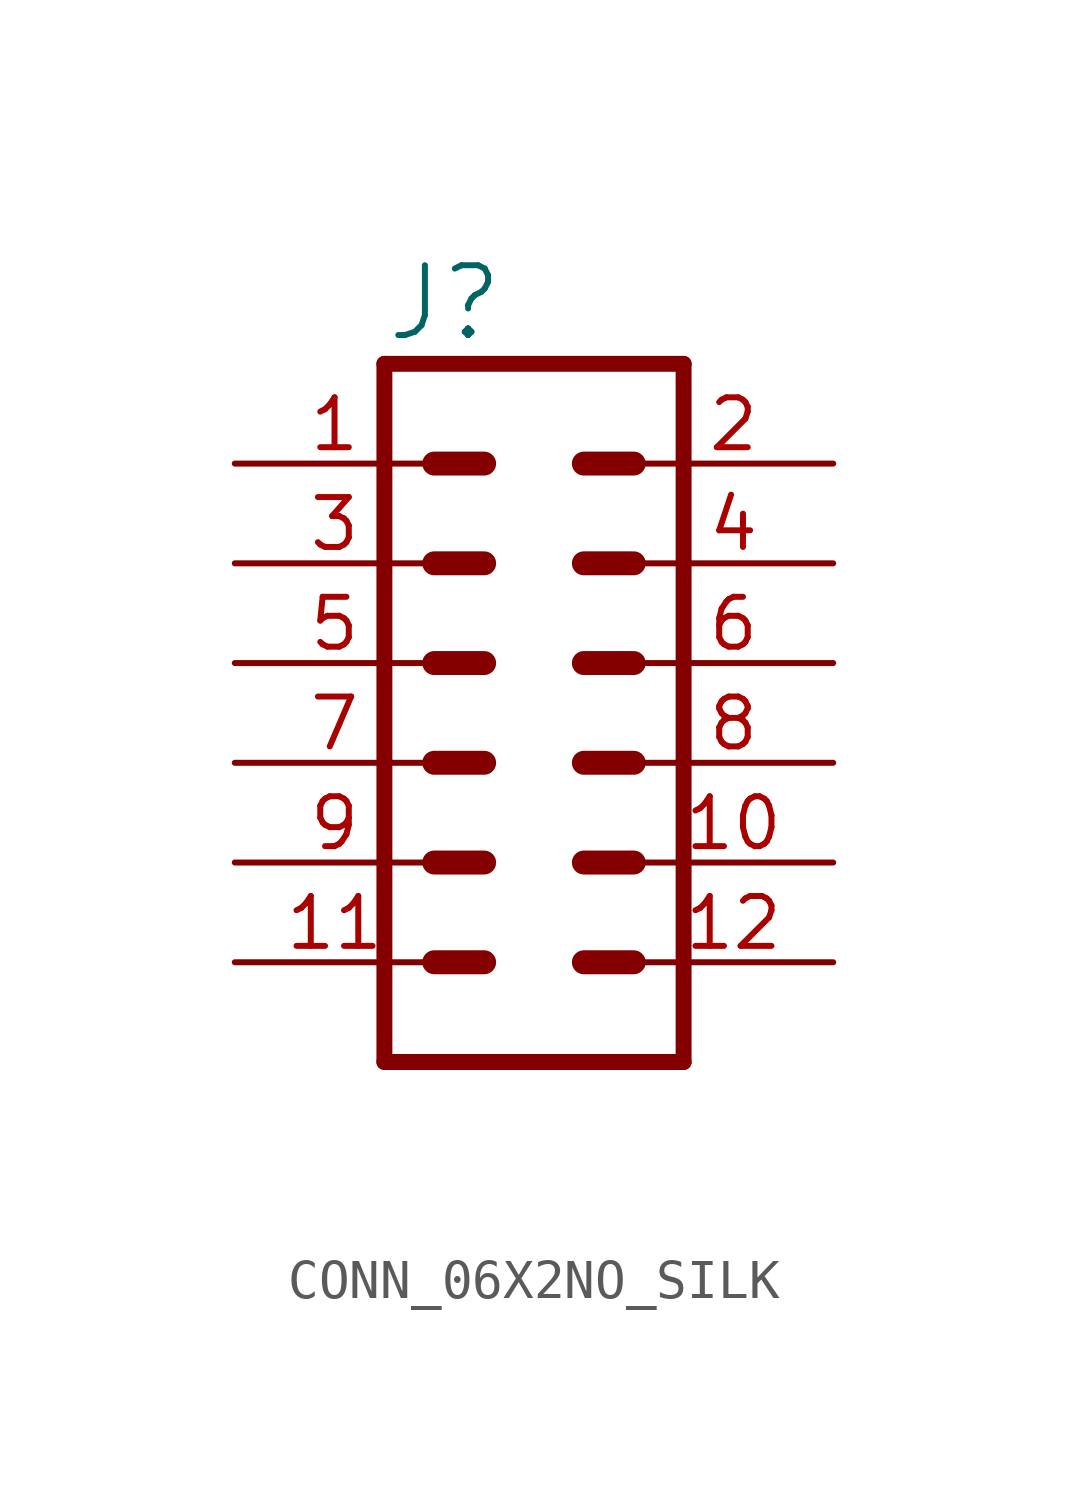
<source format=kicad_sym>
(kicad_symbol_lib
  (version 20231120)
  (generator "kicad_symbol_editor")
  (generator_version "8.0")
  (symbol "CONN_06X2NO_SILK"
    (property "Reference" "J"
      (at -1.27 15.748 0)
      (effects (font (size 1.778 1.778)) (justify left bottom)))
    (property "Value" ""
      (at -1.27 -4.826 0)
      (effects (font (size 1.778 1.778)) (justify left bottom)))
    (property "ki_locked" ""
      (at 0 0 0)
      (effects (font (size 1.27 1.27))))
    (symbol "CONN_06X2NO_SILK_1_0"
      (polyline (pts (xy -1.27 15.24) (xy -1.27 -2.54)) (stroke (width 0.406) (type solid)) (fill (type none)))
      (polyline (pts (xy -1.27 15.24) (xy 6.35 15.24)) (stroke (width 0.406) (type solid)) (fill (type none)))
      (polyline (pts (xy 1.27 0) (xy 0 0)) (stroke (width 0.61) (type solid)) (fill (type none)))
      (polyline (pts (xy 1.27 2.54) (xy 0 2.54)) (stroke (width 0.61) (type solid)) (fill (type none)))
      (polyline (pts (xy 1.27 5.08) (xy 0 5.08)) (stroke (width 0.61) (type solid)) (fill (type none)))
      (polyline (pts (xy 1.27 7.62) (xy 0 7.62)) (stroke (width 0.61) (type solid)) (fill (type none)))
      (polyline (pts (xy 1.27 10.16) (xy 0 10.16)) (stroke (width 0.61) (type solid)) (fill (type none)))
      (polyline (pts (xy 1.27 12.7) (xy 0 12.7)) (stroke (width 0.61) (type solid)) (fill (type none)))
      (polyline (pts (xy 3.81 0) (xy 5.08 0)) (stroke (width 0.61) (type solid)) (fill (type none)))
      (polyline (pts (xy 3.81 2.54) (xy 5.08 2.54)) (stroke (width 0.61) (type solid)) (fill (type none)))
      (polyline (pts (xy 3.81 5.08) (xy 5.08 5.08)) (stroke (width 0.61) (type solid)) (fill (type none)))
      (polyline (pts (xy 3.81 7.62) (xy 5.08 7.62)) (stroke (width 0.61) (type solid)) (fill (type none)))
      (polyline (pts (xy 3.81 10.16) (xy 5.08 10.16)) (stroke (width 0.61) (type solid)) (fill (type none)))
      (polyline (pts (xy 3.81 12.7) (xy 5.08 12.7)) (stroke (width 0.61) (type solid)) (fill (type none)))
      (polyline (pts (xy 6.35 -2.54) (xy -1.27 -2.54)) (stroke (width 0.406) (type solid)) (fill (type none)))
      (polyline (pts (xy 6.35 -2.54) (xy 6.35 15.24)) (stroke (width 0.406) (type solid)) (fill (type none)))
      (pin passive line (at -5.08 12.7 0) (length 5.08) (name "1" (effects (font (size 0 0)))) (number "1" (effects (font (size 1.27 1.27)))))
      (pin passive line (at 10.16 2.54 180) (length 5.08) (name "10" (effects (font (size 0 0)))) (number "10" (effects (font (size 1.27 1.27)))))
      (pin passive line (at -5.08 0 0) (length 5.08) (name "11" (effects (font (size 0 0)))) (number "11" (effects (font (size 1.27 1.27)))))
      (pin passive line (at 10.16 0 180) (length 5.08) (name "12" (effects (font (size 0 0)))) (number "12" (effects (font (size 1.27 1.27)))))
      (pin passive line (at 10.16 12.7 180) (length 5.08) (name "2" (effects (font (size 0 0)))) (number "2" (effects (font (size 1.27 1.27)))))
      (pin passive line (at -5.08 10.16 0) (length 5.08) (name "3" (effects (font (size 0 0)))) (number "3" (effects (font (size 1.27 1.27)))))
      (pin passive line (at 10.16 10.16 180) (length 5.08) (name "4" (effects (font (size 0 0)))) (number "4" (effects (font (size 1.27 1.27)))))
      (pin passive line (at -5.08 7.62 0) (length 5.08) (name "5" (effects (font (size 0 0)))) (number "5" (effects (font (size 1.27 1.27)))))
      (pin passive line (at 10.16 7.62 180) (length 5.08) (name "6" (effects (font (size 0 0)))) (number "6" (effects (font (size 1.27 1.27)))))
      (pin passive line (at -5.08 5.08 0) (length 5.08) (name "7" (effects (font (size 0 0)))) (number "7" (effects (font (size 1.27 1.27)))))
      (pin passive line (at 10.16 5.08 180) (length 5.08) (name "8" (effects (font (size 0 0)))) (number "8" (effects (font (size 1.27 1.27)))))
      (pin passive line (at -5.08 2.54 0) (length 5.08) (name "9" (effects (font (size 0 0)))) (number "9" (effects (font (size 1.27 1.27))))))))
</source>
